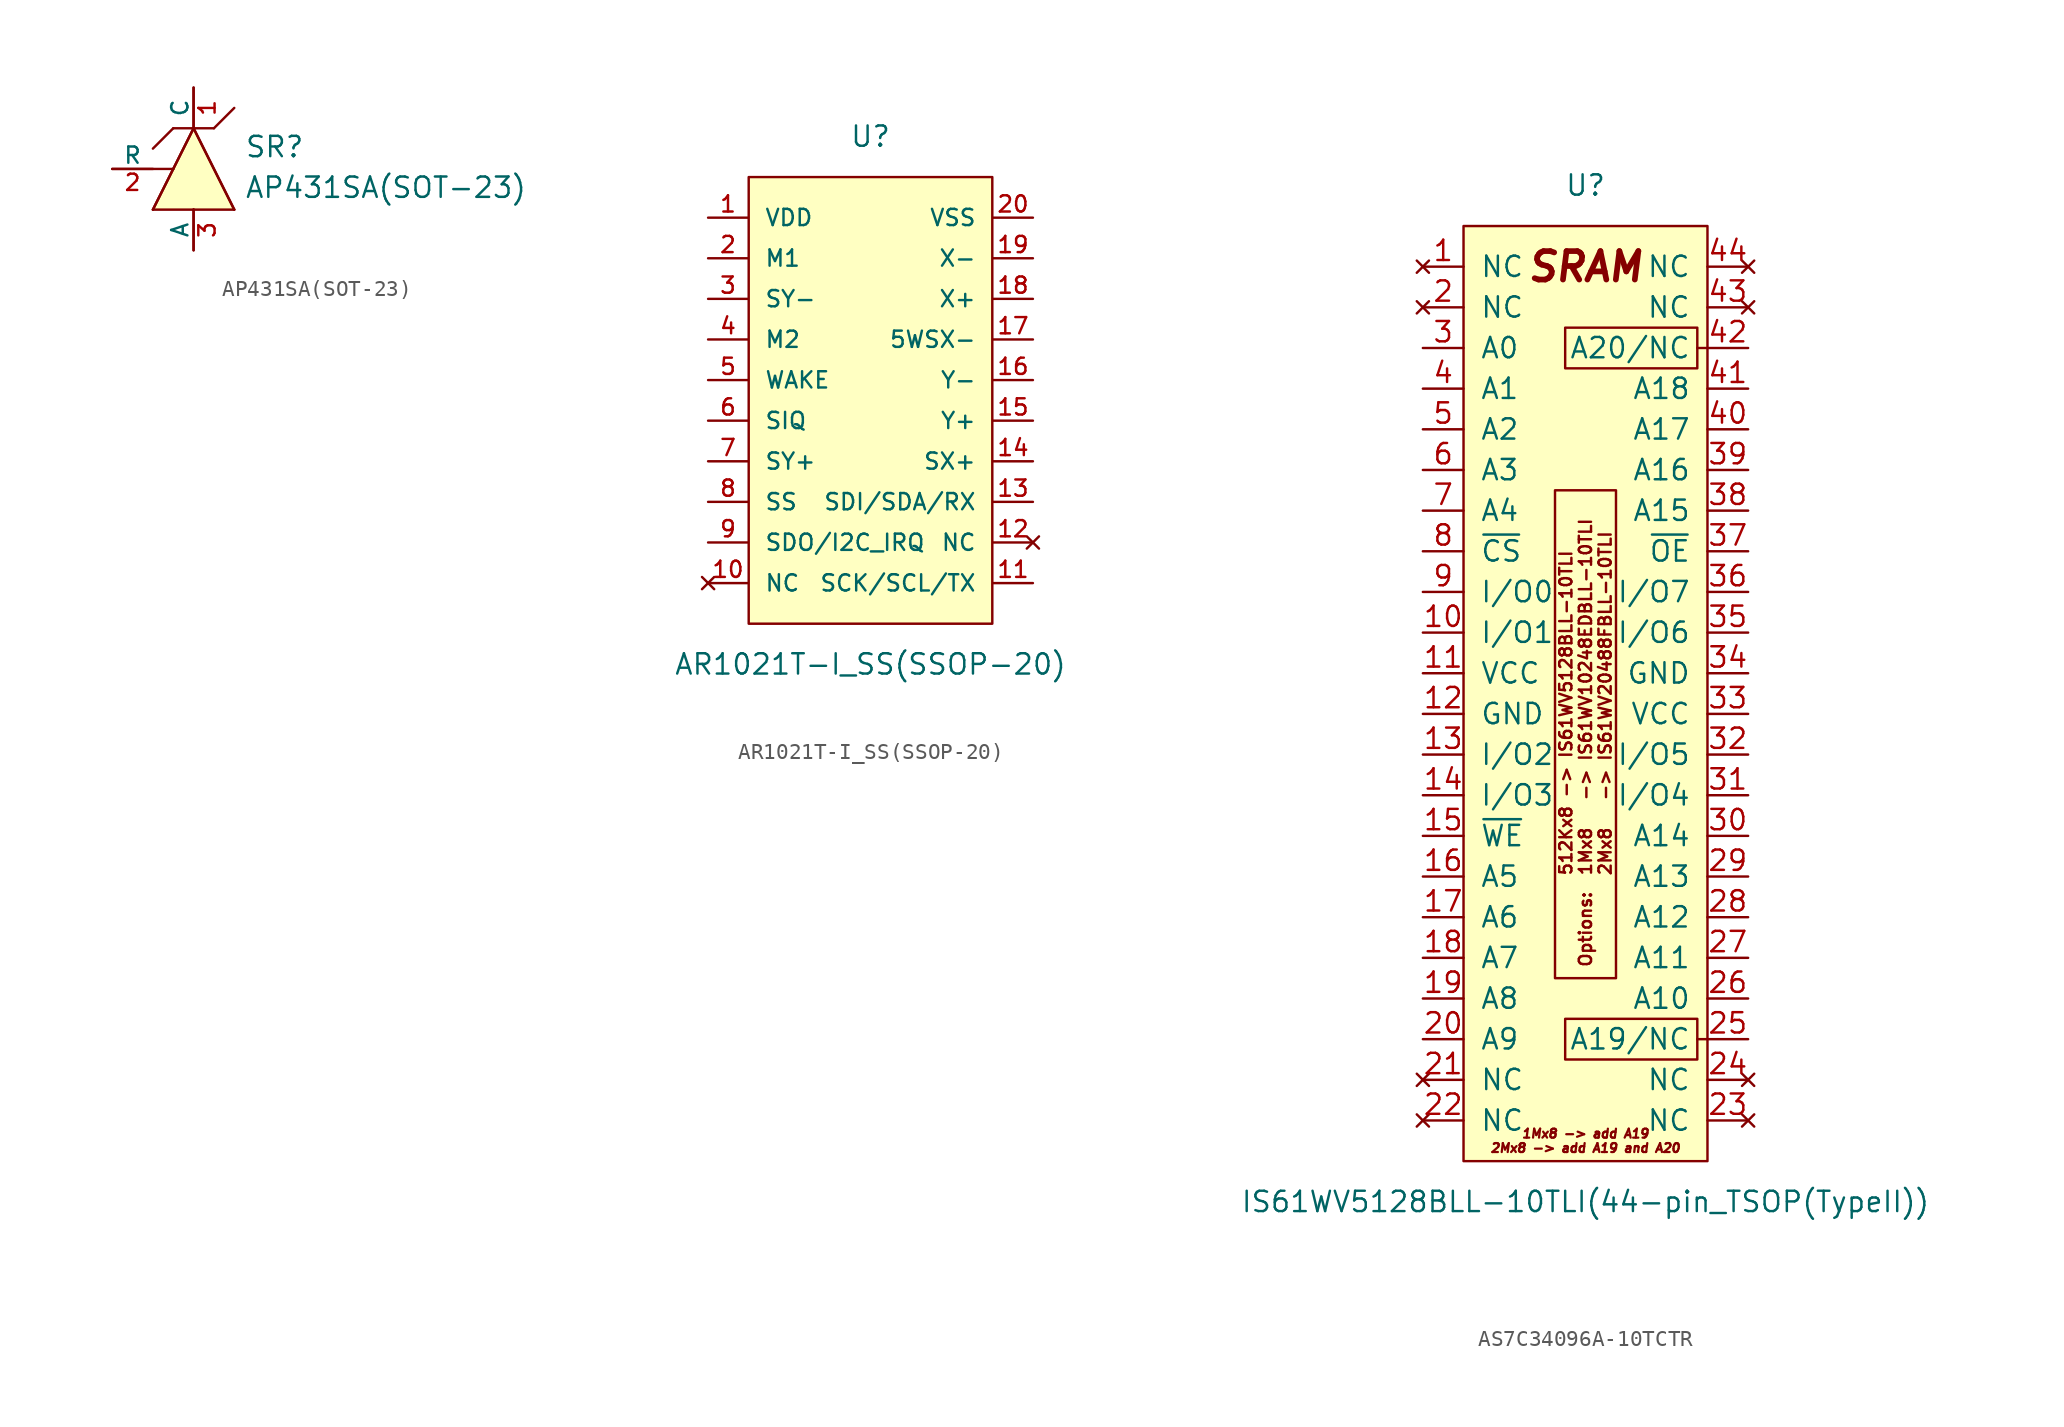
<source format=kicad_sym>
(kicad_symbol_lib
  (version 20220914)
  (generator kicad_symbol_editor)
  (symbol "AP431SA(SOT-23)"
    (pin_names
      (offset 0))
    (property "Reference" "SR"
      (at 3.175 0.635 0)
      (effects (font (size 1.27 1.27)) (justify left bottom)))
    (property "Value" "AP431SA(SOT-23)"
      (at 3.175 -1.905 0)
      (effects (font (size 1.27 1.27)) (justify left bottom)))
    (property "Datasheet" ""
      (at 0 0 0)
      (effects (font (size 1.524 1.524))))
    (symbol "AP431SA(SOT-23)_1_0"
      (polyline (pts (xy -2.54 -2.54) (xy -1.27 0)) (stroke (width 0) (type solid)) (fill (type none)))
      (polyline (pts (xy -2.54 -2.54) (xy 0 -2.54)) (stroke (width 0) (type solid)) (fill (type none)))
      (polyline (pts (xy -1.27 0) (xy -5.08 0)) (stroke (width 0) (type solid)) (fill (type none)))
      (polyline (pts (xy -1.27 0) (xy 0 2.54)) (stroke (width 0) (type solid)) (fill (type background)))
      (polyline (pts (xy -1.27 2.54) (xy -2.54 1.27)) (stroke (width 0) (type solid)) (fill (type none)))
      (polyline (pts (xy -1.27 2.54) (xy 0 2.54)) (stroke (width 0) (type solid)) (fill (type none)))
      (polyline (pts (xy 0 -2.54) (xy 0 -5.08)) (stroke (width 0) (type solid)) (fill (type none)))
      (polyline (pts (xy 0 -2.54) (xy 2.54 -2.54)) (stroke (width 0) (type solid)) (fill (type none)))
      (polyline (pts (xy 0 2.54) (xy 1.27 2.54)) (stroke (width 0) (type solid)) (fill (type none)))
      (polyline (pts (xy 0 2.54) (xy 2.54 -2.54)) (stroke (width 0) (type solid)) (fill (type none)))
      (polyline (pts (xy 0 5.08) (xy 0 2.54)) (stroke (width 0) (type solid)) (fill (type none)))
      (polyline (pts (xy 1.27 2.54) (xy 2.54 3.81)) (stroke (width 0) (type solid)) (fill (type none)))
      (polyline (pts (xy 2.54 -2.54) (xy 0 2.54) (xy -2.54 -2.54)) (stroke (width 0) (type solid)) (fill (type background))))
    (symbol "AP431SA(SOT-23)_1_1"
      (pin input line (at 0 5.08 270) (length 2.54) (name "C" (effects (font (size 1.016 1.016)))) (number "1" (effects (font (size 1.016 1.016)))))
      (pin input line (at -5.08 0 0) (length 2.54) (name "R" (effects (font (size 1.016 1.016)))) (number "2" (effects (font (size 1.016 1.016)))))
      (pin input line (at 0 -5.08 90) (length 2.54) (name "A" (effects (font (size 1.016 1.016)))) (number "3" (effects (font (size 1.016 1.016)))))))
  (symbol "AR1021T-I_SS(SSOP-20)"
    (pin_names
      (offset 1.016))
    (property "Reference" "U"
      (at 0 15.24 0)
      (effects (font (size 1.27 1.27))))
    (property "Value" "AR1021T-I_SS(SSOP-20)"
      (at 0 -17.78 0)
      (effects (font (size 1.27 1.27))))
    (symbol "AR1021T-I_SS(SSOP-20)_0_1"
      (rectangle (start -7.62 12.7) (end 7.62 -15.24) (stroke (width 0) (type solid)) (fill (type background))))
    (symbol "AR1021T-I_SS(SSOP-20)_1_1"
      (pin power_in line (at -10.16 10.16 0) (length 2.489) (name "VDD" (effects (font (size 1.016 1.016)))) (number "1" (effects (font (size 1.016 1.016)))))
      (pin no_connect line (at -10.16 -12.7 0) (length 2.489) (name "NC" (effects (font (size 1.016 1.016)))) (number "10" (effects (font (size 1.016 1.016)))))
      (pin bidirectional line (at 10.16 -12.7 180) (length 2.489) (name "SCK/SCL/TX" (effects (font (size 1.016 1.016)))) (number "11" (effects (font (size 1.016 1.016)))))
      (pin no_connect line (at 10.16 -10.16 180) (length 2.489) (name "NC" (effects (font (size 1.016 1.016)))) (number "12" (effects (font (size 1.016 1.016)))))
      (pin bidirectional line (at 10.16 -7.62 180) (length 2.489) (name "SDI/SDA/RX" (effects (font (size 1.016 1.016)))) (number "13" (effects (font (size 1.016 1.016)))))
      (pin input line (at 10.16 -5.08 180) (length 2.489) (name "SX+" (effects (font (size 1.016 1.016)))) (number "14" (effects (font (size 1.016 1.016)))))
      (pin output line (at 10.16 -2.54 180) (length 2.489) (name "Y+" (effects (font (size 1.016 1.016)))) (number "15" (effects (font (size 1.016 1.016)))))
      (pin output line (at 10.16 0 180) (length 2.489) (name "Y-" (effects (font (size 1.016 1.016)))) (number "16" (effects (font (size 1.016 1.016)))))
      (pin input line (at 10.16 2.54 180) (length 2.489) (name "5WSX-" (effects (font (size 1.016 1.016)))) (number "17" (effects (font (size 1.016 1.016)))))
      (pin output line (at 10.16 5.08 180) (length 2.489) (name "X+" (effects (font (size 1.016 1.016)))) (number "18" (effects (font (size 1.016 1.016)))))
      (pin output line (at 10.16 7.62 180) (length 2.489) (name "X-" (effects (font (size 1.016 1.016)))) (number "19" (effects (font (size 1.016 1.016)))))
      (pin input line (at -10.16 7.62 0) (length 2.489) (name "M1" (effects (font (size 1.016 1.016)))) (number "2" (effects (font (size 1.016 1.016)))))
      (pin power_in line (at 10.16 10.16 180) (length 2.489) (name "VSS" (effects (font (size 1.016 1.016)))) (number "20" (effects (font (size 1.016 1.016)))))
      (pin input line (at -10.16 5.08 0) (length 2.489) (name "SY-" (effects (font (size 1.016 1.016)))) (number "3" (effects (font (size 1.016 1.016)))))
      (pin input line (at -10.16 2.54 0) (length 2.489) (name "M2" (effects (font (size 1.016 1.016)))) (number "4" (effects (font (size 1.016 1.016)))))
      (pin input line (at -10.16 0 0) (length 2.489) (name "WAKE" (effects (font (size 1.016 1.016)))) (number "5" (effects (font (size 1.016 1.016)))))
      (pin output line (at -10.16 -2.54 0) (length 2.489) (name "SIQ" (effects (font (size 1.016 1.016)))) (number "6" (effects (font (size 1.016 1.016)))))
      (pin input line (at -10.16 -5.08 0) (length 2.489) (name "SY+" (effects (font (size 1.016 1.016)))) (number "7" (effects (font (size 1.016 1.016)))))
      (pin input line (at -10.16 -7.62 0) (length 2.489) (name "SS" (effects (font (size 1.016 1.016)))) (number "8" (effects (font (size 1.016 1.016)))))
      (pin output line (at -10.16 -10.16 0) (length 2.489) (name "SDO/I2C_IRQ" (effects (font (size 1.016 1.016)))) (number "9" (effects (font (size 1.016 1.016)))))))
  (symbol "AS7C34096A-10TCTR"
    (pin_names
      (offset 1.016))
    (property "Reference" "U"
      (at 0 30.48 0)
      (effects (font (size 1.27 1.27))))
    (property "Value" "IS61WV5128BLL-10TLI(44-pin_TSOP(TypeII))"
      (at 0 -33.02 0)
      (effects (font (size 1.27 1.27))))
    (symbol "AS7C34096A-10TCTR_0_1"
      (rectangle (start -7.62 27.94) (end 7.62 -30.48) (stroke (width 0) (type solid)) (fill (type background))))
    (symbol "AS7C34096A-10TCTR_1_1"
      (rectangle (start -1.905 11.43) (end 1.905 -19.05) (stroke (width 0) (type default)) (fill (type none)))
      (rectangle (start -1.27 -21.59) (end 6.985 -24.13) (stroke (width 0) (type default)) (fill (type none)))
      (rectangle (start -1.27 21.59) (end 6.985 19.05) (stroke (width 0) (type default)) (fill (type none)))
      (polyline (pts (xy 7.62 -22.86) (xy 6.985 -22.86)) (stroke (width 0) (type default)) (fill (type none)))
      (polyline (pts (xy 7.62 20.32) (xy 6.985 20.32)) (stroke (width 0) (type default)) (fill (type none)))
      (text "1Mx8 -> add A19\n2Mx8 -> add A19 and A20" (at 0 -29.21 0) (effects (font (size 0.559 0.559) italic)))
      (text "512Kx8 -> IS61WV5128BLL-10TLI\n1Mx8   -> IS61WV10248EDBLL-10TLI\n2Mx8   -> IS61WV20488FBLL-10TLI" (at 0 -12.7 900) (effects (font (size 0.762 0.762)) (justify left)))
      (text "Options:" (at 0 -18.415 900) (effects (font (size 0.762 0.762) bold) (justify left)))
      (text "SRAM" (at 0 25.4 0) (effects (font (size 1.778 1.778) bold italic)))
      (pin no_connect line (at -10.16 25.4 0) (length 2.54) (name "NC" (effects (font (size 1.27 1.27)))) (number "1" (effects (font (size 1.27 1.27)))))
      (pin bidirectional line (at -10.16 2.54 0) (length 2.54) (name "I/O1" (effects (font (size 1.27 1.27)))) (number "10" (effects (font (size 1.27 1.27)))))
      (pin power_in line (at -10.16 0 0) (length 2.54) (name "VCC" (effects (font (size 1.27 1.27)))) (number "11" (effects (font (size 1.27 1.27)))))
      (pin power_in line (at -10.16 -2.54 0) (length 2.54) (name "GND" (effects (font (size 1.27 1.27)))) (number "12" (effects (font (size 1.27 1.27)))))
      (pin bidirectional line (at -10.16 -5.08 0) (length 2.54) (name "I/O2" (effects (font (size 1.27 1.27)))) (number "13" (effects (font (size 1.27 1.27)))))
      (pin bidirectional line (at -10.16 -7.62 0) (length 2.54) (name "I/O3" (effects (font (size 1.27 1.27)))) (number "14" (effects (font (size 1.27 1.27)))))
      (pin input line (at -10.16 -10.16 0) (length 2.54) (name "~{WE}" (effects (font (size 1.27 1.27)))) (number "15" (effects (font (size 1.27 1.27)))))
      (pin bidirectional line (at -10.16 -12.7 0) (length 2.54) (name "A5" (effects (font (size 1.27 1.27)))) (number "16" (effects (font (size 1.27 1.27)))))
      (pin bidirectional line (at -10.16 -15.24 0) (length 2.54) (name "A6" (effects (font (size 1.27 1.27)))) (number "17" (effects (font (size 1.27 1.27)))))
      (pin bidirectional line (at -10.16 -17.78 0) (length 2.54) (name "A7" (effects (font (size 1.27 1.27)))) (number "18" (effects (font (size 1.27 1.27)))))
      (pin bidirectional line (at -10.16 -20.32 0) (length 2.54) (name "A8" (effects (font (size 1.27 1.27)))) (number "19" (effects (font (size 1.27 1.27)))))
      (pin no_connect line (at -10.16 22.86 0) (length 2.54) (name "NC" (effects (font (size 1.27 1.27)))) (number "2" (effects (font (size 1.27 1.27)))))
      (pin bidirectional line (at -10.16 -22.86 0) (length 2.54) (name "A9" (effects (font (size 1.27 1.27)))) (number "20" (effects (font (size 1.27 1.27)))))
      (pin no_connect line (at -10.16 -25.4 0) (length 2.54) (name "NC" (effects (font (size 1.27 1.27)))) (number "21" (effects (font (size 1.27 1.27)))))
      (pin no_connect line (at -10.16 -27.94 0) (length 2.54) (name "NC" (effects (font (size 1.27 1.27)))) (number "22" (effects (font (size 1.27 1.27)))))
      (pin no_connect line (at 10.16 -27.94 180) (length 2.54) (name "NC" (effects (font (size 1.27 1.27)))) (number "23" (effects (font (size 1.27 1.27)))))
      (pin no_connect line (at 10.16 -25.4 180) (length 2.54) (name "NC" (effects (font (size 1.27 1.27)))) (number "24" (effects (font (size 1.27 1.27)))))
      (pin bidirectional line (at 10.16 -22.86 180) (length 2.54) (name "A19/NC" (effects (font (size 1.27 1.27)))) (number "25" (effects (font (size 1.27 1.27)))))
      (pin bidirectional line (at 10.16 -20.32 180) (length 2.54) (name "A10" (effects (font (size 1.27 1.27)))) (number "26" (effects (font (size 1.27 1.27)))))
      (pin bidirectional line (at 10.16 -17.78 180) (length 2.54) (name "A11" (effects (font (size 1.27 1.27)))) (number "27" (effects (font (size 1.27 1.27)))))
      (pin bidirectional line (at 10.16 -15.24 180) (length 2.54) (name "A12" (effects (font (size 1.27 1.27)))) (number "28" (effects (font (size 1.27 1.27)))))
      (pin bidirectional line (at 10.16 -12.7 180) (length 2.54) (name "A13" (effects (font (size 1.27 1.27)))) (number "29" (effects (font (size 1.27 1.27)))))
      (pin bidirectional line (at -10.16 20.32 0) (length 2.54) (name "A0" (effects (font (size 1.27 1.27)))) (number "3" (effects (font (size 1.27 1.27)))))
      (pin bidirectional line (at 10.16 -10.16 180) (length 2.54) (name "A14" (effects (font (size 1.27 1.27)))) (number "30" (effects (font (size 1.27 1.27)))))
      (pin bidirectional line (at 10.16 -7.62 180) (length 2.54) (name "I/O4" (effects (font (size 1.27 1.27)))) (number "31" (effects (font (size 1.27 1.27)))))
      (pin bidirectional line (at 10.16 -5.08 180) (length 2.54) (name "I/O5" (effects (font (size 1.27 1.27)))) (number "32" (effects (font (size 1.27 1.27)))))
      (pin power_in line (at 10.16 -2.54 180) (length 2.54) (name "VCC" (effects (font (size 1.27 1.27)))) (number "33" (effects (font (size 1.27 1.27)))))
      (pin power_in line (at 10.16 0 180) (length 2.54) (name "GND" (effects (font (size 1.27 1.27)))) (number "34" (effects (font (size 1.27 1.27)))))
      (pin bidirectional line (at 10.16 2.54 180) (length 2.54) (name "I/O6" (effects (font (size 1.27 1.27)))) (number "35" (effects (font (size 1.27 1.27)))))
      (pin bidirectional line (at 10.16 5.08 180) (length 2.54) (name "I/O7" (effects (font (size 1.27 1.27)))) (number "36" (effects (font (size 1.27 1.27)))))
      (pin bidirectional line (at 10.16 7.62 180) (length 2.54) (name "~{OE}" (effects (font (size 1.27 1.27)))) (number "37" (effects (font (size 1.27 1.27)))))
      (pin bidirectional line (at 10.16 10.16 180) (length 2.54) (name "A15" (effects (font (size 1.27 1.27)))) (number "38" (effects (font (size 1.27 1.27)))))
      (pin bidirectional line (at 10.16 12.7 180) (length 2.54) (name "A16" (effects (font (size 1.27 1.27)))) (number "39" (effects (font (size 1.27 1.27)))))
      (pin bidirectional line (at -10.16 17.78 0) (length 2.54) (name "A1" (effects (font (size 1.27 1.27)))) (number "4" (effects (font (size 1.27 1.27)))))
      (pin bidirectional line (at 10.16 15.24 180) (length 2.54) (name "A17" (effects (font (size 1.27 1.27)))) (number "40" (effects (font (size 1.27 1.27)))))
      (pin bidirectional line (at 10.16 17.78 180) (length 2.54) (name "A18" (effects (font (size 1.27 1.27)))) (number "41" (effects (font (size 1.27 1.27)))))
      (pin bidirectional line (at 10.16 20.32 180) (length 2.54) (name "A20/NC" (effects (font (size 1.27 1.27)))) (number "42" (effects (font (size 1.27 1.27)))))
      (pin no_connect line (at 10.16 22.86 180) (length 2.54) (name "NC" (effects (font (size 1.27 1.27)))) (number "43" (effects (font (size 1.27 1.27)))))
      (pin no_connect line (at 10.16 25.4 180) (length 2.54) (name "NC" (effects (font (size 1.27 1.27)))) (number "44" (effects (font (size 1.27 1.27)))))
      (pin bidirectional line (at -10.16 15.24 0) (length 2.54) (name "A2" (effects (font (size 1.27 1.27)))) (number "5" (effects (font (size 1.27 1.27)))))
      (pin bidirectional line (at -10.16 12.7 0) (length 2.54) (name "A3" (effects (font (size 1.27 1.27)))) (number "6" (effects (font (size 1.27 1.27)))))
      (pin bidirectional line (at -10.16 10.16 0) (length 2.54) (name "A4" (effects (font (size 1.27 1.27)))) (number "7" (effects (font (size 1.27 1.27)))))
      (pin input line (at -10.16 7.62 0) (length 2.54) (name "~{CS}" (effects (font (size 1.27 1.27)))) (number "8" (effects (font (size 1.27 1.27)))))
      (pin bidirectional line (at -10.16 5.08 0) (length 2.54) (name "I/O0" (effects (font (size 1.27 1.27)))) (number "9" (effects (font (size 1.27 1.27))))))))
</source>
